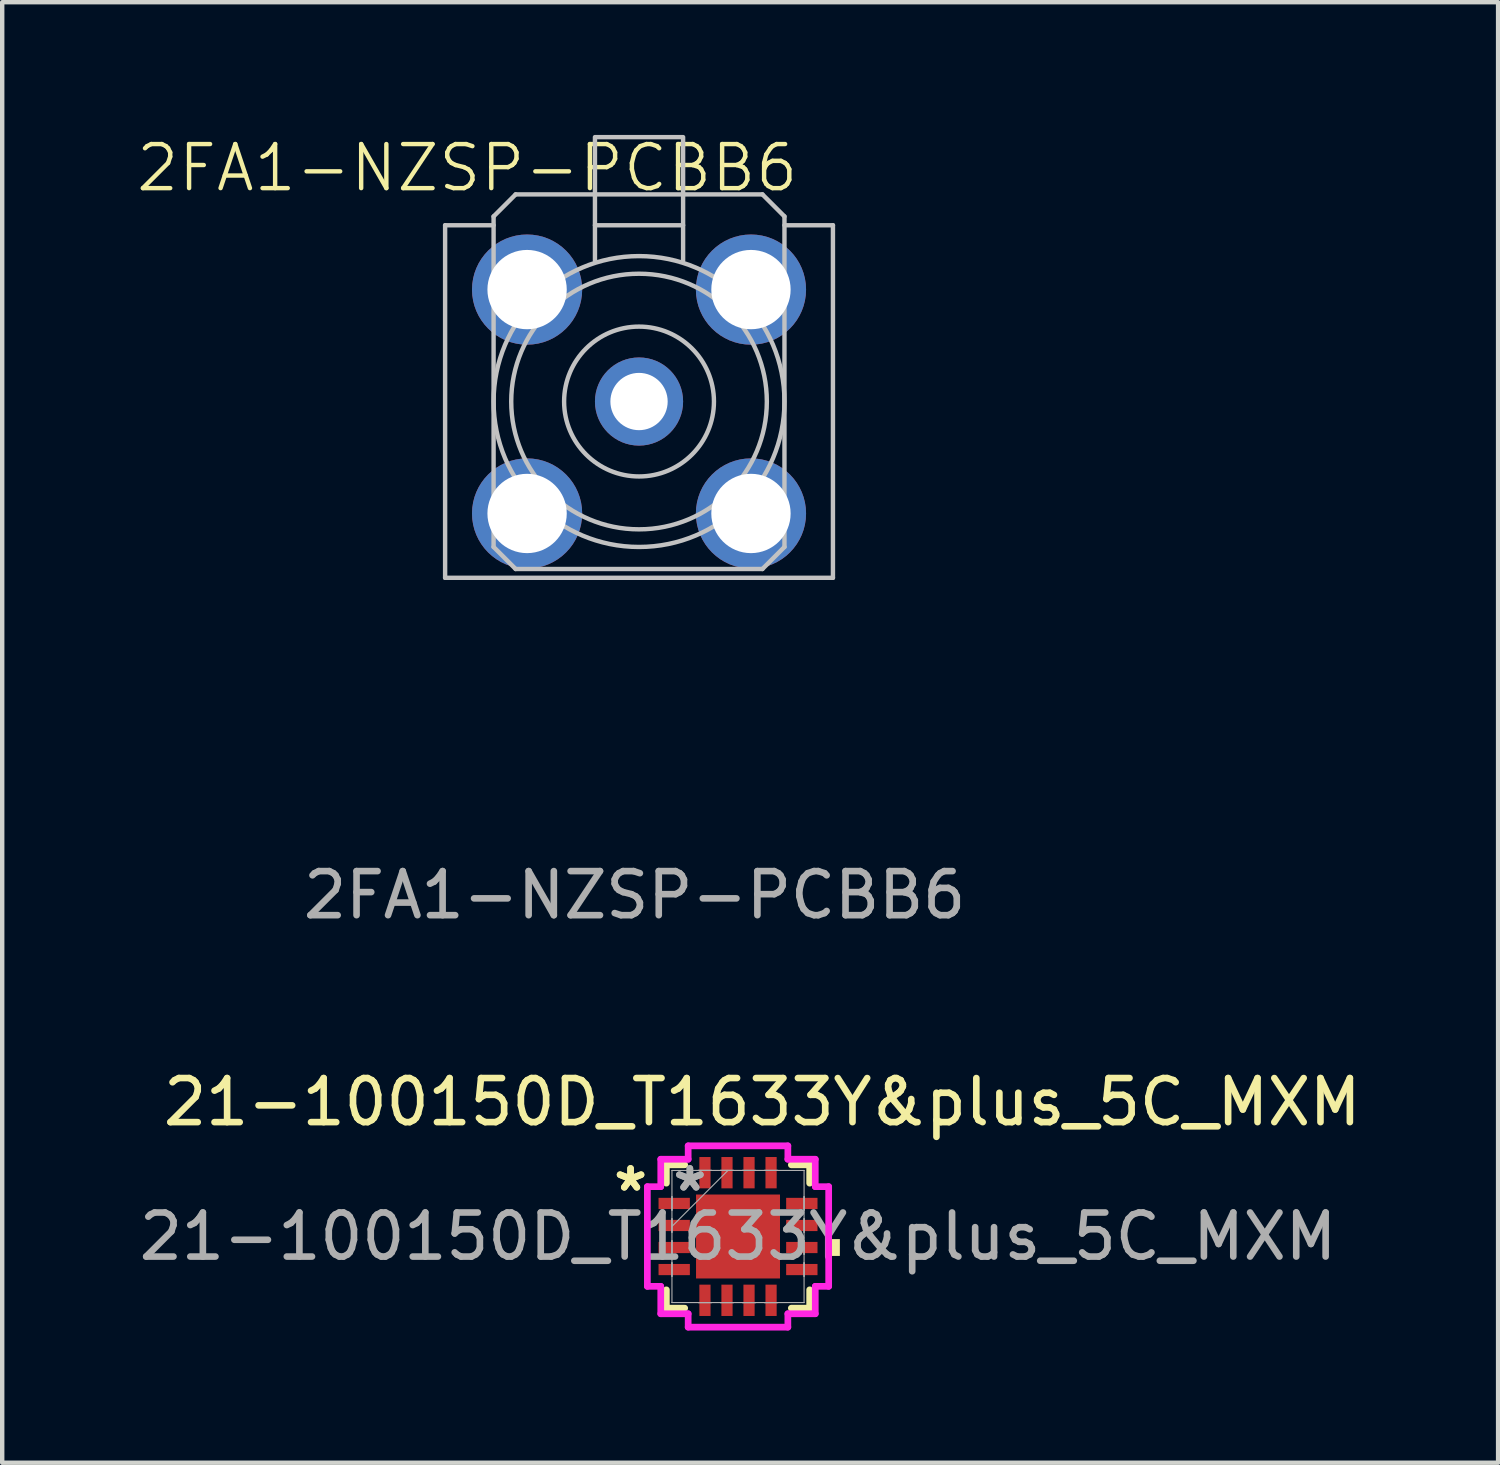
<source format=kicad_pcb>
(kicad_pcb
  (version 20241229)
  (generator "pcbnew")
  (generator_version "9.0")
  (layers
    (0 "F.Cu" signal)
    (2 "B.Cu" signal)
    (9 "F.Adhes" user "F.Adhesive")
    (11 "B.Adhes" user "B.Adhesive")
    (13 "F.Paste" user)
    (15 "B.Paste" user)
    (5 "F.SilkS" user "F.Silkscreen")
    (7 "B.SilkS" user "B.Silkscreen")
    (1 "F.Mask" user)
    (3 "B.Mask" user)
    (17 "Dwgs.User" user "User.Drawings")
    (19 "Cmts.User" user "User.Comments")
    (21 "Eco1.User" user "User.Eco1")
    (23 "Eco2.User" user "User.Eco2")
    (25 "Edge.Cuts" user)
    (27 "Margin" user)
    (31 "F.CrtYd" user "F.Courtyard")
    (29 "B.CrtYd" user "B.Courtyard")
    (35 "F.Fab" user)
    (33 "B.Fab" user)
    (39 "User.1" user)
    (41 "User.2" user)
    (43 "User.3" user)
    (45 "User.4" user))
  (footprint "2FA1-NZSP-PCBB6"
    (layer "F.Cu")
    (at 11.45 6.061)
    (property "Reference" "2FA1-NZSP-PCBB6" (at -3.9 -5.3 0) (unlocked yes) (layer "F.SilkS") (effects (font (size 1 1) (thickness 0.1))))
    (attr through_hole)
    (fp_line (start -4.4 -4) (end -3.3 -4) (stroke (width 0.1) (type default)) (layer "Dwgs.User"))
    (fp_line (start -4.4 4) (end -4.4 -4) (stroke (width 0.1) (type default)) (layer "Dwgs.User"))
    (fp_line (start -3.3 -4.2) (end -3.3 3.3) (stroke (width 0.1) (type default)) (layer "Dwgs.User"))
    (fp_line (start -3.3 -4.2) (end -2.8 -4.7) (stroke (width 0.1) (type default)) (layer "Dwgs.User"))
    (fp_line (start -3.3 3.3) (end -2.8 3.8) (stroke (width 0.1) (type default)) (layer "Dwgs.User"))
    (fp_line (start -2.8 -4.7) (end 2.8 -4.7) (stroke (width 0.1) (type default)) (layer "Dwgs.User"))
    (fp_line (start -2.8 3.8) (end 2.8 3.8) (stroke (width 0.1) (type default)) (layer "Dwgs.User"))
    (fp_line (start -1 -3.2) (end -1 -4) (stroke (width 0.1) (type default)) (layer "Dwgs.User"))
    (fp_line (start 1 -4) (end 1 -3.2) (stroke (width 0.1) (type default)) (layer "Dwgs.User"))
    (fp_line (start 3.3 -4.2) (end 2.8 -4.7) (stroke (width 0.1) (type default)) (layer "Dwgs.User"))
    (fp_line (start 3.3 -4) (end 4.4 -4) (stroke (width 0.1) (type default)) (layer "Dwgs.User"))
    (fp_line (start 3.3 3.3) (end 2.8 3.8) (stroke (width 0.1) (type default)) (layer "Dwgs.User"))
    (fp_line (start 3.3 3.3) (end 3.3 -4.2) (stroke (width 0.1) (type default)) (layer "Dwgs.User"))
    (fp_line (start 4.4 -4) (end 4.4 4) (stroke (width 0.1) (type default)) (layer "Dwgs.User"))
    (fp_line (start 4.4 4) (end -4.4 4) (stroke (width 0.1) (type default)) (layer "Dwgs.User"))
    (fp_rect (start -1 -6) (end 1 -4) (stroke (width 0.1) (type default)) (fill no) (layer "Dwgs.User"))
    (fp_circle (center 0 0) (end 1.7 0) (stroke (width 0.1) (type default)) (fill no) (layer "Dwgs.User"))
    (fp_circle (center 0 0) (end 2.9 0) (stroke (width 0.1) (type default)) (fill no) (layer "Dwgs.User"))
    (fp_circle (center 0 0) (end 3.3 0) (stroke (width 0.1) (type default)) (fill no) (layer "Dwgs.User"))
    (fp_text user "${REFERENCE}" (at -0.1 11.2 0) (unlocked yes) (layer "F.Fab") (effects (font (size 1 1) (thickness 0.15))))
    (pad "1" thru_hole circle (at 0 0) (size 2 2) (drill 1.3) (layers "*.Cu" "*.Mask") (remove_unused_layers yes) (keep_end_layers yes) (zone_layer_connections))
    (pad "2" thru_hole circle (at -2.54 -2.54) (size 2.5 2.5) (drill 1.8) (layers "*.Cu" "*.Mask"))
    (pad "3" thru_hole circle (at 2.54 -2.54) (size 2.5 2.5) (drill 1.8) (layers "*.Cu" "*.Mask"))
    (pad "4" thru_hole circle (at -2.54 2.54) (size 2.5 2.5) (drill 1.8) (layers "*.Cu" "*.Mask"))
    (pad "5" thru_hole circle (at 2.54 2.54) (size 2.5 2.5) (drill 1.8) (layers "*.Cu" "*.Mask")))
  (footprint "21-100150D_T1633Y&plus_5C_MXM"
    (layer "F.Cu")
    (at 13.696 25.007)
    (property "Reference" "21-100150D_T1633Y&plus_5C_MXM" (at 0.55 -3.05 0) (unlocked yes) (layer "F.SilkS") (effects (font (size 1 1) (thickness 0.15))))
    (attr smd)
    (fp_line (start -1.626 -1.626) (end -1.626 -1.21) (stroke (width 0.152) (type solid)) (layer "F.SilkS"))
    (fp_line (start -1.626 1.21) (end -1.626 1.626) (stroke (width 0.152) (type solid)) (layer "F.SilkS"))
    (fp_line (start -1.626 1.626) (end -1.21 1.626) (stroke (width 0.152) (type solid)) (layer "F.SilkS"))
    (fp_line (start -1.21 -1.626) (end -1.626 -1.626) (stroke (width 0.152) (type solid)) (layer "F.SilkS"))
    (fp_line (start 1.21 1.626) (end 1.626 1.626) (stroke (width 0.152) (type solid)) (layer "F.SilkS"))
    (fp_line (start 1.626 -1.626) (end 1.21 -1.626) (stroke (width 0.152) (type solid)) (layer "F.SilkS"))
    (fp_line (start 1.626 -1.21) (end 1.626 -1.626) (stroke (width 0.152) (type solid)) (layer "F.SilkS"))
    (fp_line (start 1.626 1.626) (end 1.626 1.21) (stroke (width 0.152) (type solid)) (layer "F.SilkS"))
    (fp_poly (pts (xy 2.311 0.059) (xy 2.311 0.441) (xy 2.057 0.441) (xy 2.057 0.059)) (stroke (width 0) (type solid)) (fill yes) (layer "F.SilkS"))
    (fp_line (start -2.057 -1.131) (end -1.753 -1.131) (stroke (width 0.152) (type solid)) (layer "F.CrtYd"))
    (fp_line (start -2.057 1.131) (end -2.057 -1.131) (stroke (width 0.152) (type solid)) (layer "F.CrtYd"))
    (fp_line (start -1.753 -1.753) (end -1.131 -1.753) (stroke (width 0.152) (type solid)) (layer "F.CrtYd"))
    (fp_line (start -1.753 -1.131) (end -1.753 -1.753) (stroke (width 0.152) (type solid)) (layer "F.CrtYd"))
    (fp_line (start -1.753 1.131) (end -2.057 1.131) (stroke (width 0.152) (type solid)) (layer "F.CrtYd"))
    (fp_line (start -1.753 1.753) (end -1.753 1.131) (stroke (width 0.152) (type solid)) (layer "F.CrtYd"))
    (fp_line (start -1.131 -2.057) (end 1.131 -2.057) (stroke (width 0.152) (type solid)) (layer "F.CrtYd"))
    (fp_line (start -1.131 -1.753) (end -1.131 -2.057) (stroke (width 0.152) (type solid)) (layer "F.CrtYd"))
    (fp_line (start -1.131 1.753) (end -1.753 1.753) (stroke (width 0.152) (type solid)) (layer "F.CrtYd"))
    (fp_line (start -1.131 2.057) (end -1.131 1.753) (stroke (width 0.152) (type solid)) (layer "F.CrtYd"))
    (fp_line (start 1.131 -2.057) (end 1.131 -1.753) (stroke (width 0.152) (type solid)) (layer "F.CrtYd"))
    (fp_line (start 1.131 -1.753) (end 1.753 -1.753) (stroke (width 0.152) (type solid)) (layer "F.CrtYd"))
    (fp_line (start 1.131 1.753) (end 1.131 2.057) (stroke (width 0.152) (type solid)) (layer "F.CrtYd"))
    (fp_line (start 1.131 2.057) (end -1.131 2.057) (stroke (width 0.152) (type solid)) (layer "F.CrtYd"))
    (fp_line (start 1.753 -1.753) (end 1.753 -1.131) (stroke (width 0.152) (type solid)) (layer "F.CrtYd"))
    (fp_line (start 1.753 -1.131) (end 2.057 -1.131) (stroke (width 0.152) (type solid)) (layer "F.CrtYd"))
    (fp_line (start 1.753 1.131) (end 1.753 1.753) (stroke (width 0.152) (type solid)) (layer "F.CrtYd"))
    (fp_line (start 1.753 1.753) (end 1.131 1.753) (stroke (width 0.152) (type solid)) (layer "F.CrtYd"))
    (fp_line (start 2.057 -1.131) (end 2.057 1.131) (stroke (width 0.152) (type solid)) (layer "F.CrtYd"))
    (fp_line (start 2.057 1.131) (end 1.753 1.131) (stroke (width 0.152) (type solid)) (layer "F.CrtYd"))
    (fp_line (start -1.499 -1.499) (end -1.499 -1.499) (stroke (width 0.025) (type solid)) (layer "F.Fab"))
    (fp_line (start -1.499 -1.499) (end -1.499 1.499) (stroke (width 0.025) (type solid)) (layer "F.Fab"))
    (fp_line (start -1.499 -0.902) (end -1.499 -0.902) (stroke (width 0.025) (type solid)) (layer "F.Fab"))
    (fp_line (start -1.499 -0.902) (end -1.499 -0.598) (stroke (width 0.025) (type solid)) (layer "F.Fab"))
    (fp_line (start -1.499 -0.598) (end -1.499 -0.902) (stroke (width 0.025) (type solid)) (layer "F.Fab"))
    (fp_line (start -1.499 -0.598) (end -1.499 -0.598) (stroke (width 0.025) (type solid)) (layer "F.Fab"))
    (fp_line (start -1.499 -0.402) (end -1.499 -0.402) (stroke (width 0.025) (type solid)) (layer "F.Fab"))
    (fp_line (start -1.499 -0.402) (end -1.499 -0.098) (stroke (width 0.025) (type solid)) (layer "F.Fab"))
    (fp_line (start -1.499 -0.229) (end -0.229 -1.499) (stroke (width 0.025) (type solid)) (layer "F.Fab"))
    (fp_line (start -1.499 -0.098) (end -1.499 -0.402) (stroke (width 0.025) (type solid)) (layer "F.Fab"))
    (fp_line (start -1.499 -0.098) (end -1.499 -0.098) (stroke (width 0.025) (type solid)) (layer "F.Fab"))
    (fp_line (start -1.499 0.098) (end -1.499 0.098) (stroke (width 0.025) (type solid)) (layer "F.Fab"))
    (fp_line (start -1.499 0.098) (end -1.499 0.402) (stroke (width 0.025) (type solid)) (layer "F.Fab"))
    (fp_line (start -1.499 0.402) (end -1.499 0.098) (stroke (width 0.025) (type solid)) (layer "F.Fab"))
    (fp_line (start -1.499 0.402) (end -1.499 0.402) (stroke (width 0.025) (type solid)) (layer "F.Fab"))
    (fp_line (start -1.499 0.598) (end -1.499 0.598) (stroke (width 0.025) (type solid)) (layer "F.Fab"))
    (fp_line (start -1.499 0.598) (end -1.499 0.902) (stroke (width 0.025) (type solid)) (layer "F.Fab"))
    (fp_line (start -1.499 0.902) (end -1.499 0.598) (stroke (width 0.025) (type solid)) (layer "F.Fab"))
    (fp_line (start -1.499 0.902) (end -1.499 0.902) (stroke (width 0.025) (type solid)) (layer "F.Fab"))
    (fp_line (start -1.499 1.499) (end -1.499 1.499) (stroke (width 0.025) (type solid)) (layer "F.Fab"))
    (fp_line (start -1.499 1.499) (end 1.499 1.499) (stroke (width 0.025) (type solid)) (layer "F.Fab"))
    (fp_line (start -0.902 -1.499) (end -0.902 -1.499) (stroke (width 0.025) (type solid)) (layer "F.Fab"))
    (fp_line (start -0.902 -1.499) (end -0.598 -1.499) (stroke (width 0.025) (type solid)) (layer "F.Fab"))
    (fp_line (start -0.902 1.499) (end -0.902 1.499) (stroke (width 0.025) (type solid)) (layer "F.Fab"))
    (fp_line (start -0.902 1.499) (end -0.598 1.499) (stroke (width 0.025) (type solid)) (layer "F.Fab"))
    (fp_line (start -0.598 -1.499) (end -0.902 -1.499) (stroke (width 0.025) (type solid)) (layer "F.Fab"))
    (fp_line (start -0.598 -1.499) (end -0.598 -1.499) (stroke (width 0.025) (type solid)) (layer "F.Fab"))
    (fp_line (start -0.598 1.499) (end -0.902 1.499) (stroke (width 0.025) (type solid)) (layer "F.Fab"))
    (fp_line (start -0.598 1.499) (end -0.598 1.499) (stroke (width 0.025) (type solid)) (layer "F.Fab"))
    (fp_line (start -0.402 -1.499) (end -0.402 -1.499) (stroke (width 0.025) (type solid)) (layer "F.Fab"))
    (fp_line (start -0.402 -1.499) (end -0.098 -1.499) (stroke (width 0.025) (type solid)) (layer "F.Fab"))
    (fp_line (start -0.402 1.499) (end -0.402 1.499) (stroke (width 0.025) (type solid)) (layer "F.Fab"))
    (fp_line (start -0.402 1.499) (end -0.098 1.499) (stroke (width 0.025) (type solid)) (layer "F.Fab"))
    (fp_line (start -0.098 -1.499) (end -0.402 -1.499) (stroke (width 0.025) (type solid)) (layer "F.Fab"))
    (fp_line (start -0.098 -1.499) (end -0.098 -1.499) (stroke (width 0.025) (type solid)) (layer "F.Fab"))
    (fp_line (start -0.098 1.499) (end -0.402 1.499) (stroke (width 0.025) (type solid)) (layer "F.Fab"))
    (fp_line (start -0.098 1.499) (end -0.098 1.499) (stroke (width 0.025) (type solid)) (layer "F.Fab"))
    (fp_line (start 0.098 -1.499) (end 0.098 -1.499) (stroke (width 0.025) (type solid)) (layer "F.Fab"))
    (fp_line (start 0.098 -1.499) (end 0.402 -1.499) (stroke (width 0.025) (type solid)) (layer "F.Fab"))
    (fp_line (start 0.098 1.499) (end 0.098 1.499) (stroke (width 0.025) (type solid)) (layer "F.Fab"))
    (fp_line (start 0.098 1.499) (end 0.402 1.499) (stroke (width 0.025) (type solid)) (layer "F.Fab"))
    (fp_line (start 0.402 -1.499) (end 0.098 -1.499) (stroke (width 0.025) (type solid)) (layer "F.Fab"))
    (fp_line (start 0.402 -1.499) (end 0.402 -1.499) (stroke (width 0.025) (type solid)) (layer "F.Fab"))
    (fp_line (start 0.402 1.499) (end 0.098 1.499) (stroke (width 0.025) (type solid)) (layer "F.Fab"))
    (fp_line (start 0.402 1.499) (end 0.402 1.499) (stroke (width 0.025) (type solid)) (layer "F.Fab"))
    (fp_line (start 0.598 -1.499) (end 0.598 -1.499) (stroke (width 0.025) (type solid)) (layer "F.Fab"))
    (fp_line (start 0.598 -1.499) (end 0.902 -1.499) (stroke (width 0.025) (type solid)) (layer "F.Fab"))
    (fp_line (start 0.598 1.499) (end 0.598 1.499) (stroke (width 0.025) (type solid)) (layer "F.Fab"))
    (fp_line (start 0.598 1.499) (end 0.902 1.499) (stroke (width 0.025) (type solid)) (layer "F.Fab"))
    (fp_line (start 0.902 -1.499) (end 0.598 -1.499) (stroke (width 0.025) (type solid)) (layer "F.Fab"))
    (fp_line (start 0.902 -1.499) (end 0.902 -1.499) (stroke (width 0.025) (type solid)) (layer "F.Fab"))
    (fp_line (start 0.902 1.499) (end 0.598 1.499) (stroke (width 0.025) (type solid)) (layer "F.Fab"))
    (fp_line (start 0.902 1.499) (end 0.902 1.499) (stroke (width 0.025) (type solid)) (layer "F.Fab"))
    (fp_line (start 1.499 -1.499) (end -1.499 -1.499) (stroke (width 0.025) (type solid)) (layer "F.Fab"))
    (fp_line (start 1.499 -1.499) (end 1.499 -1.499) (stroke (width 0.025) (type solid)) (layer "F.Fab"))
    (fp_line (start 1.499 -0.902) (end 1.499 -0.902) (stroke (width 0.025) (type solid)) (layer "F.Fab"))
    (fp_line (start 1.499 -0.902) (end 1.499 -0.598) (stroke (width 0.025) (type solid)) (layer "F.Fab"))
    (fp_line (start 1.499 -0.598) (end 1.499 -0.902) (stroke (width 0.025) (type solid)) (layer "F.Fab"))
    (fp_line (start 1.499 -0.598) (end 1.499 -0.598) (stroke (width 0.025) (type solid)) (layer "F.Fab"))
    (fp_line (start 1.499 -0.402) (end 1.499 -0.402) (stroke (width 0.025) (type solid)) (layer "F.Fab"))
    (fp_line (start 1.499 -0.402) (end 1.499 -0.098) (stroke (width 0.025) (type solid)) (layer "F.Fab"))
    (fp_line (start 1.499 -0.098) (end 1.499 -0.402) (stroke (width 0.025) (type solid)) (layer "F.Fab"))
    (fp_line (start 1.499 -0.098) (end 1.499 -0.098) (stroke (width 0.025) (type solid)) (layer "F.Fab"))
    (fp_line (start 1.499 0.098) (end 1.499 0.098) (stroke (width 0.025) (type solid)) (layer "F.Fab"))
    (fp_line (start 1.499 0.098) (end 1.499 0.402) (stroke (width 0.025) (type solid)) (layer "F.Fab"))
    (fp_line (start 1.499 0.402) (end 1.499 0.098) (stroke (width 0.025) (type solid)) (layer "F.Fab"))
    (fp_line (start 1.499 0.402) (end 1.499 0.402) (stroke (width 0.025) (type solid)) (layer "F.Fab"))
    (fp_line (start 1.499 0.598) (end 1.499 0.598) (stroke (width 0.025) (type solid)) (layer "F.Fab"))
    (fp_line (start 1.499 0.598) (end 1.499 0.902) (stroke (width 0.025) (type solid)) (layer "F.Fab"))
    (fp_line (start 1.499 0.902) (end 1.499 0.598) (stroke (width 0.025) (type solid)) (layer "F.Fab"))
    (fp_line (start 1.499 0.902) (end 1.499 0.902) (stroke (width 0.025) (type solid)) (layer "F.Fab"))
    (fp_line (start 1.499 1.499) (end 1.499 -1.499) (stroke (width 0.025) (type solid)) (layer "F.Fab"))
    (fp_line (start 1.499 1.499) (end 1.499 1.499) (stroke (width 0.025) (type solid)) (layer "F.Fab"))
    (fp_text user "*" (at -2.438 -1 0) (layer "F.SilkS") (effects (font (size 1 1) (thickness 0.15))))
    (fp_text user "*" (at -2.438 -1 0) (unlocked yes) (layer "F.SilkS") (effects (font (size 1 1) (thickness 0.15))))
    (fp_text user "*" (at -1.092 -1 0) (layer "F.Fab") (effects (font (size 1 1) (thickness 0.15))))
    (fp_text user "*" (at -1.092 -1 0) (unlocked yes) (layer "F.Fab") (effects (font (size 1 1) (thickness 0.15))))
    (fp_text user "${REFERENCE}" (at 0 0 0) (unlocked yes) (layer "F.Fab") (effects (font (size 1 1) (thickness 0.15))))
    (pad "1" smd rect (at -1.448 -0.75 90) (size 0.254 0.711) (layers "F.Cu" "F.Mask" "F.Paste"))
    (pad "2" smd rect (at -1.448 -0.25 90) (size 0.254 0.711) (layers "F.Cu" "F.Mask" "F.Paste"))
    (pad "3" smd rect (at -1.448 0.25 90) (size 0.254 0.711) (layers "F.Cu" "F.Mask" "F.Paste"))
    (pad "4" smd rect (at -1.448 0.75 90) (size 0.254 0.711) (layers "F.Cu" "F.Mask" "F.Paste"))
    (pad "5" smd rect (at -0.75 1.448) (size 0.254 0.711) (layers "F.Cu" "F.Mask" "F.Paste"))
    (pad "6" smd rect (at -0.25 1.448) (size 0.254 0.711) (layers "F.Cu" "F.Mask" "F.Paste"))
    (pad "7" smd rect (at 0.25 1.448) (size 0.254 0.711) (layers "F.Cu" "F.Mask" "F.Paste"))
    (pad "8" smd rect (at 0.75 1.448) (size 0.254 0.711) (layers "F.Cu" "F.Mask" "F.Paste"))
    (pad "9" smd rect (at 1.448 0.75 90) (size 0.254 0.711) (layers "F.Cu" "F.Mask" "F.Paste"))
    (pad "10" smd rect (at 1.448 0.25 90) (size 0.254 0.711) (layers "F.Cu" "F.Mask" "F.Paste"))
    (pad "11" smd rect (at 1.448 -0.25 90) (size 0.254 0.711) (layers "F.Cu" "F.Mask" "F.Paste"))
    (pad "12" smd rect (at 1.448 -0.75 90) (size 0.254 0.711) (layers "F.Cu" "F.Mask" "F.Paste"))
    (pad "13" smd rect (at 0.75 -1.448) (size 0.254 0.711) (layers "F.Cu" "F.Mask" "F.Paste"))
    (pad "14" smd rect (at 0.25 -1.448) (size 0.254 0.711) (layers "F.Cu" "F.Mask" "F.Paste"))
    (pad "15" smd rect (at -0.25 -1.448) (size 0.254 0.711) (layers "F.Cu" "F.Mask" "F.Paste"))
    (pad "16" smd rect (at -0.75 -1.448) (size 0.254 0.711) (layers "F.Cu" "F.Mask" "F.Paste"))
    (pad "17" smd rect (at 0 0) (size 1.905 1.905) (layers "F.Cu" "F.Mask" "F.Paste")))
  (gr_rect
    (start -3 -3)
    (end 30.943 30.141)
    (stroke (width 0.1) (type default))
    (fill no)
    (layer "Edge.Cuts")))
</source>
